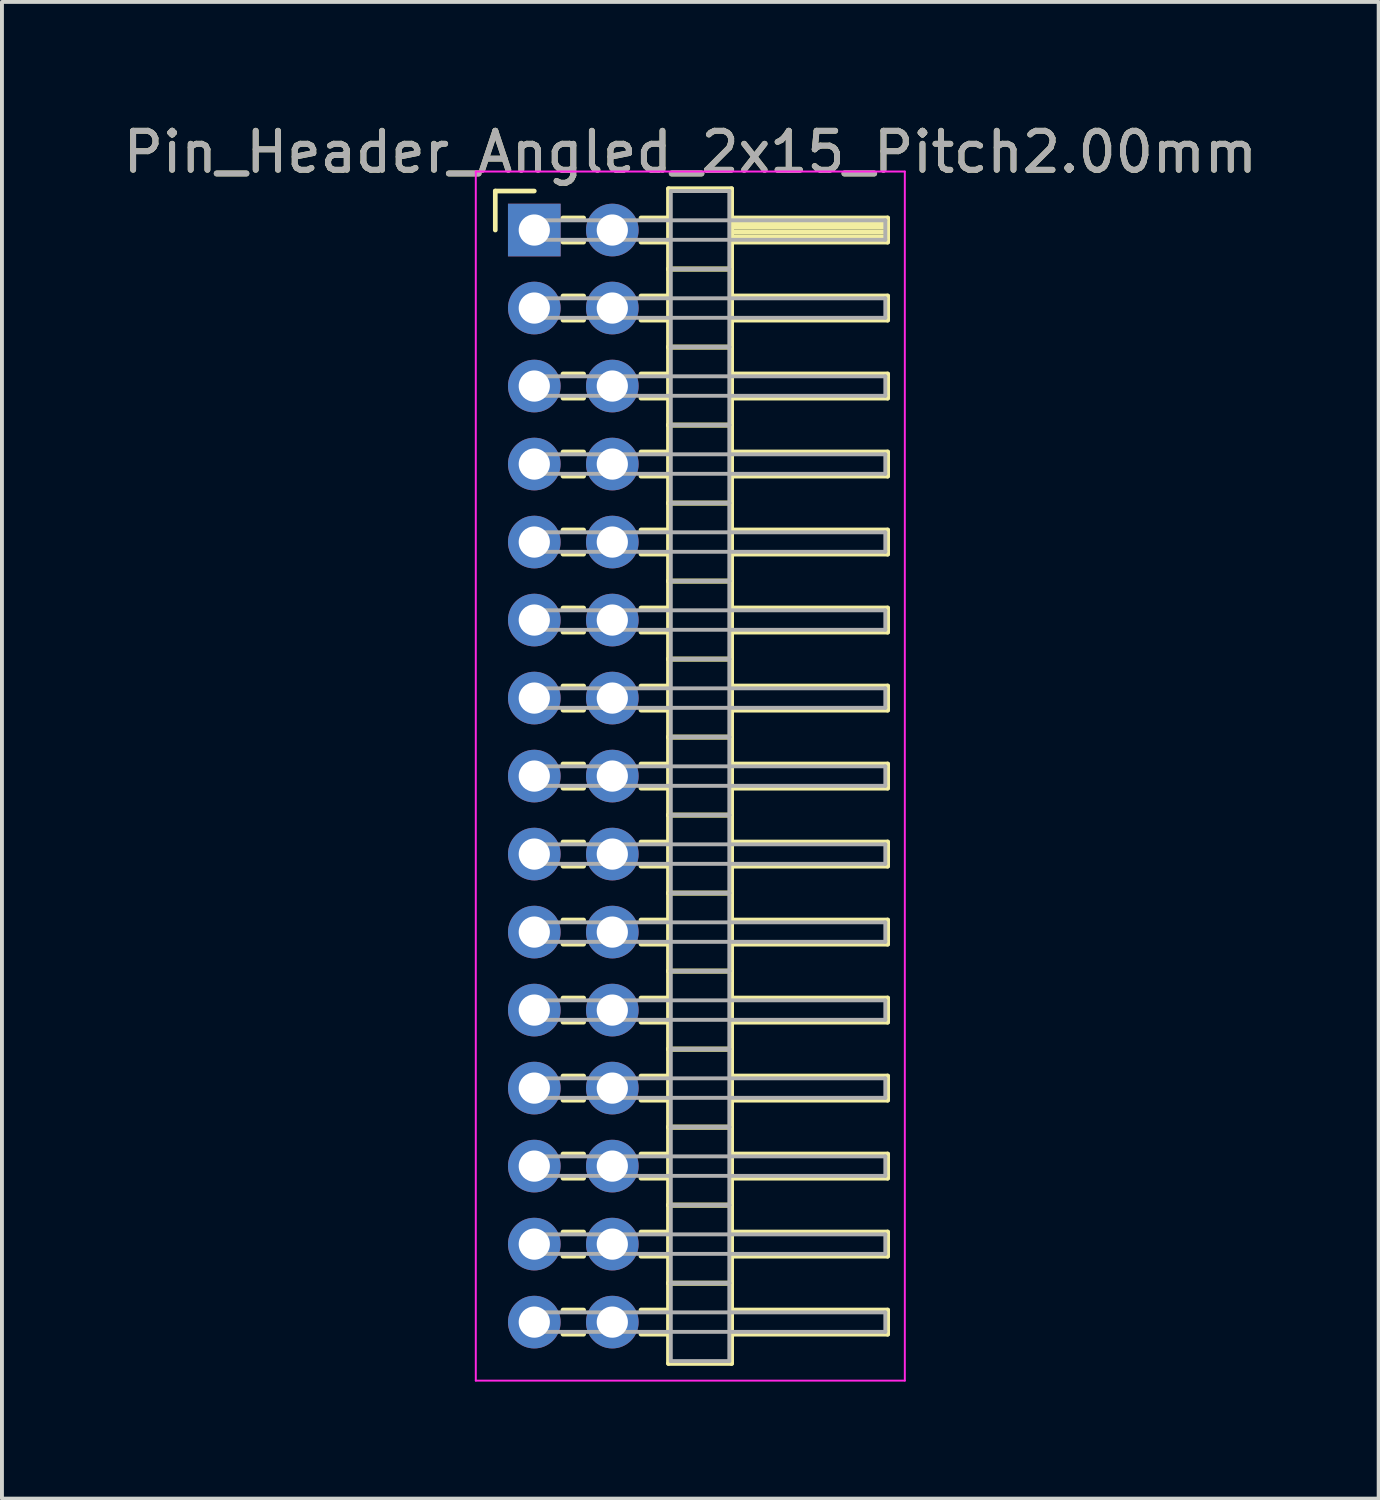
<source format=kicad_pcb>
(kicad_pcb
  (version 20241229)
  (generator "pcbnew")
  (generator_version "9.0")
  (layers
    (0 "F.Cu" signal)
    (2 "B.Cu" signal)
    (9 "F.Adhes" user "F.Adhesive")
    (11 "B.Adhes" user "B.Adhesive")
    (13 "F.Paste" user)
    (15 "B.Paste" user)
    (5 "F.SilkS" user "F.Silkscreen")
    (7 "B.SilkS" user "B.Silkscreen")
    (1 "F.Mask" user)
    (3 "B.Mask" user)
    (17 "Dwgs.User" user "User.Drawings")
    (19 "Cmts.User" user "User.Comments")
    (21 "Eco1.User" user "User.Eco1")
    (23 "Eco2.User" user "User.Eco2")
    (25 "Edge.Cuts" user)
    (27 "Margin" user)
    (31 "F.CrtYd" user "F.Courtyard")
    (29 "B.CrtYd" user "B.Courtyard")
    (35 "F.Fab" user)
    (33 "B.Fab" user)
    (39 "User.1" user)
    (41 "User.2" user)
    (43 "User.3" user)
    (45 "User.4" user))
  (footprint "Pin_Header_Angled_2x15_Pitch2.00mm"
    (layer "F.Cu")
    (at 10.649 2.848)
    (property "Reference" "Pin_Header_Angled_2x15_Pitch2.00mm" (at 4 -2 0) (layer "F.SilkS") (effects (font (size 1 1) (thickness 0.15))))
    (attr through_hole)
    (fp_line (start -1 -1) (end 0 -1) (stroke (width 0.12) (type solid)) (layer "F.SilkS"))
    (fp_line (start -1 0) (end -1 -1) (stroke (width 0.12) (type solid)) (layer "F.SilkS"))
    (fp_line (start 0.735 -0.31) (end 1.265 -0.31) (stroke (width 0.12) (type solid)) (layer "F.SilkS"))
    (fp_line (start 0.735 0.31) (end 1.265 0.31) (stroke (width 0.12) (type solid)) (layer "F.SilkS"))
    (fp_line (start 0.735 1.69) (end 1.265 1.69) (stroke (width 0.12) (type solid)) (layer "F.SilkS"))
    (fp_line (start 0.735 2.31) (end 1.265 2.31) (stroke (width 0.12) (type solid)) (layer "F.SilkS"))
    (fp_line (start 0.735 3.69) (end 1.265 3.69) (stroke (width 0.12) (type solid)) (layer "F.SilkS"))
    (fp_line (start 0.735 4.31) (end 1.265 4.31) (stroke (width 0.12) (type solid)) (layer "F.SilkS"))
    (fp_line (start 0.735 5.69) (end 1.265 5.69) (stroke (width 0.12) (type solid)) (layer "F.SilkS"))
    (fp_line (start 0.735 6.31) (end 1.265 6.31) (stroke (width 0.12) (type solid)) (layer "F.SilkS"))
    (fp_line (start 0.735 7.69) (end 1.265 7.69) (stroke (width 0.12) (type solid)) (layer "F.SilkS"))
    (fp_line (start 0.735 8.31) (end 1.265 8.31) (stroke (width 0.12) (type solid)) (layer "F.SilkS"))
    (fp_line (start 0.735 9.69) (end 1.265 9.69) (stroke (width 0.12) (type solid)) (layer "F.SilkS"))
    (fp_line (start 0.735 10.31) (end 1.265 10.31) (stroke (width 0.12) (type solid)) (layer "F.SilkS"))
    (fp_line (start 0.735 11.69) (end 1.265 11.69) (stroke (width 0.12) (type solid)) (layer "F.SilkS"))
    (fp_line (start 0.735 12.31) (end 1.265 12.31) (stroke (width 0.12) (type solid)) (layer "F.SilkS"))
    (fp_line (start 0.735 13.69) (end 1.265 13.69) (stroke (width 0.12) (type solid)) (layer "F.SilkS"))
    (fp_line (start 0.735 14.31) (end 1.265 14.31) (stroke (width 0.12) (type solid)) (layer "F.SilkS"))
    (fp_line (start 0.735 15.69) (end 1.265 15.69) (stroke (width 0.12) (type solid)) (layer "F.SilkS"))
    (fp_line (start 0.735 16.31) (end 1.265 16.31) (stroke (width 0.12) (type solid)) (layer "F.SilkS"))
    (fp_line (start 0.735 17.69) (end 1.265 17.69) (stroke (width 0.12) (type solid)) (layer "F.SilkS"))
    (fp_line (start 0.735 18.31) (end 1.265 18.31) (stroke (width 0.12) (type solid)) (layer "F.SilkS"))
    (fp_line (start 0.735 19.69) (end 1.265 19.69) (stroke (width 0.12) (type solid)) (layer "F.SilkS"))
    (fp_line (start 0.735 20.31) (end 1.265 20.31) (stroke (width 0.12) (type solid)) (layer "F.SilkS"))
    (fp_line (start 0.735 21.69) (end 1.265 21.69) (stroke (width 0.12) (type solid)) (layer "F.SilkS"))
    (fp_line (start 0.735 22.31) (end 1.265 22.31) (stroke (width 0.12) (type solid)) (layer "F.SilkS"))
    (fp_line (start 0.735 23.69) (end 1.265 23.69) (stroke (width 0.12) (type solid)) (layer "F.SilkS"))
    (fp_line (start 0.735 24.31) (end 1.265 24.31) (stroke (width 0.12) (type solid)) (layer "F.SilkS"))
    (fp_line (start 0.735 25.69) (end 1.265 25.69) (stroke (width 0.12) (type solid)) (layer "F.SilkS"))
    (fp_line (start 0.735 26.31) (end 1.265 26.31) (stroke (width 0.12) (type solid)) (layer "F.SilkS"))
    (fp_line (start 0.735 27.69) (end 1.265 27.69) (stroke (width 0.12) (type solid)) (layer "F.SilkS"))
    (fp_line (start 0.735 28.31) (end 1.265 28.31) (stroke (width 0.12) (type solid)) (layer "F.SilkS"))
    (fp_line (start 2.735 -0.31) (end 3.44 -0.31) (stroke (width 0.12) (type solid)) (layer "F.SilkS"))
    (fp_line (start 2.735 0.31) (end 3.44 0.31) (stroke (width 0.12) (type solid)) (layer "F.SilkS"))
    (fp_line (start 2.735 1.69) (end 3.44 1.69) (stroke (width 0.12) (type solid)) (layer "F.SilkS"))
    (fp_line (start 2.735 2.31) (end 3.44 2.31) (stroke (width 0.12) (type solid)) (layer "F.SilkS"))
    (fp_line (start 2.735 3.69) (end 3.44 3.69) (stroke (width 0.12) (type solid)) (layer "F.SilkS"))
    (fp_line (start 2.735 4.31) (end 3.44 4.31) (stroke (width 0.12) (type solid)) (layer "F.SilkS"))
    (fp_line (start 2.735 5.69) (end 3.44 5.69) (stroke (width 0.12) (type solid)) (layer "F.SilkS"))
    (fp_line (start 2.735 6.31) (end 3.44 6.31) (stroke (width 0.12) (type solid)) (layer "F.SilkS"))
    (fp_line (start 2.735 7.69) (end 3.44 7.69) (stroke (width 0.12) (type solid)) (layer "F.SilkS"))
    (fp_line (start 2.735 8.31) (end 3.44 8.31) (stroke (width 0.12) (type solid)) (layer "F.SilkS"))
    (fp_line (start 2.735 9.69) (end 3.44 9.69) (stroke (width 0.12) (type solid)) (layer "F.SilkS"))
    (fp_line (start 2.735 10.31) (end 3.44 10.31) (stroke (width 0.12) (type solid)) (layer "F.SilkS"))
    (fp_line (start 2.735 11.69) (end 3.44 11.69) (stroke (width 0.12) (type solid)) (layer "F.SilkS"))
    (fp_line (start 2.735 12.31) (end 3.44 12.31) (stroke (width 0.12) (type solid)) (layer "F.SilkS"))
    (fp_line (start 2.735 13.69) (end 3.44 13.69) (stroke (width 0.12) (type solid)) (layer "F.SilkS"))
    (fp_line (start 2.735 14.31) (end 3.44 14.31) (stroke (width 0.12) (type solid)) (layer "F.SilkS"))
    (fp_line (start 2.735 15.69) (end 3.44 15.69) (stroke (width 0.12) (type solid)) (layer "F.SilkS"))
    (fp_line (start 2.735 16.31) (end 3.44 16.31) (stroke (width 0.12) (type solid)) (layer "F.SilkS"))
    (fp_line (start 2.735 17.69) (end 3.44 17.69) (stroke (width 0.12) (type solid)) (layer "F.SilkS"))
    (fp_line (start 2.735 18.31) (end 3.44 18.31) (stroke (width 0.12) (type solid)) (layer "F.SilkS"))
    (fp_line (start 2.735 19.69) (end 3.44 19.69) (stroke (width 0.12) (type solid)) (layer "F.SilkS"))
    (fp_line (start 2.735 20.31) (end 3.44 20.31) (stroke (width 0.12) (type solid)) (layer "F.SilkS"))
    (fp_line (start 2.735 21.69) (end 3.44 21.69) (stroke (width 0.12) (type solid)) (layer "F.SilkS"))
    (fp_line (start 2.735 22.31) (end 3.44 22.31) (stroke (width 0.12) (type solid)) (layer "F.SilkS"))
    (fp_line (start 2.735 23.69) (end 3.44 23.69) (stroke (width 0.12) (type solid)) (layer "F.SilkS"))
    (fp_line (start 2.735 24.31) (end 3.44 24.31) (stroke (width 0.12) (type solid)) (layer "F.SilkS"))
    (fp_line (start 2.735 25.69) (end 3.44 25.69) (stroke (width 0.12) (type solid)) (layer "F.SilkS"))
    (fp_line (start 2.735 26.31) (end 3.44 26.31) (stroke (width 0.12) (type solid)) (layer "F.SilkS"))
    (fp_line (start 2.735 27.69) (end 3.44 27.69) (stroke (width 0.12) (type solid)) (layer "F.SilkS"))
    (fp_line (start 2.735 28.31) (end 3.44 28.31) (stroke (width 0.12) (type solid)) (layer "F.SilkS"))
    (fp_line (start 3.44 -1.06) (end 3.44 1) (stroke (width 0.12) (type solid)) (layer "F.SilkS"))
    (fp_line (start 3.44 1) (end 3.44 3) (stroke (width 0.12) (type solid)) (layer "F.SilkS"))
    (fp_line (start 3.44 1) (end 5.06 1) (stroke (width 0.12) (type solid)) (layer "F.SilkS"))
    (fp_line (start 3.44 3) (end 3.44 5) (stroke (width 0.12) (type solid)) (layer "F.SilkS"))
    (fp_line (start 3.44 3) (end 5.06 3) (stroke (width 0.12) (type solid)) (layer "F.SilkS"))
    (fp_line (start 3.44 5) (end 3.44 7) (stroke (width 0.12) (type solid)) (layer "F.SilkS"))
    (fp_line (start 3.44 5) (end 5.06 5) (stroke (width 0.12) (type solid)) (layer "F.SilkS"))
    (fp_line (start 3.44 7) (end 3.44 9) (stroke (width 0.12) (type solid)) (layer "F.SilkS"))
    (fp_line (start 3.44 7) (end 5.06 7) (stroke (width 0.12) (type solid)) (layer "F.SilkS"))
    (fp_line (start 3.44 9) (end 3.44 11) (stroke (width 0.12) (type solid)) (layer "F.SilkS"))
    (fp_line (start 3.44 9) (end 5.06 9) (stroke (width 0.12) (type solid)) (layer "F.SilkS"))
    (fp_line (start 3.44 11) (end 3.44 13) (stroke (width 0.12) (type solid)) (layer "F.SilkS"))
    (fp_line (start 3.44 11) (end 5.06 11) (stroke (width 0.12) (type solid)) (layer "F.SilkS"))
    (fp_line (start 3.44 13) (end 3.44 15) (stroke (width 0.12) (type solid)) (layer "F.SilkS"))
    (fp_line (start 3.44 13) (end 5.06 13) (stroke (width 0.12) (type solid)) (layer "F.SilkS"))
    (fp_line (start 3.44 15) (end 3.44 17) (stroke (width 0.12) (type solid)) (layer "F.SilkS"))
    (fp_line (start 3.44 15) (end 5.06 15) (stroke (width 0.12) (type solid)) (layer "F.SilkS"))
    (fp_line (start 3.44 17) (end 3.44 19) (stroke (width 0.12) (type solid)) (layer "F.SilkS"))
    (fp_line (start 3.44 17) (end 5.06 17) (stroke (width 0.12) (type solid)) (layer "F.SilkS"))
    (fp_line (start 3.44 19) (end 3.44 21) (stroke (width 0.12) (type solid)) (layer "F.SilkS"))
    (fp_line (start 3.44 19) (end 5.06 19) (stroke (width 0.12) (type solid)) (layer "F.SilkS"))
    (fp_line (start 3.44 21) (end 3.44 23) (stroke (width 0.12) (type solid)) (layer "F.SilkS"))
    (fp_line (start 3.44 21) (end 5.06 21) (stroke (width 0.12) (type solid)) (layer "F.SilkS"))
    (fp_line (start 3.44 23) (end 3.44 25) (stroke (width 0.12) (type solid)) (layer "F.SilkS"))
    (fp_line (start 3.44 23) (end 5.06 23) (stroke (width 0.12) (type solid)) (layer "F.SilkS"))
    (fp_line (start 3.44 25) (end 3.44 27) (stroke (width 0.12) (type solid)) (layer "F.SilkS"))
    (fp_line (start 3.44 25) (end 5.06 25) (stroke (width 0.12) (type solid)) (layer "F.SilkS"))
    (fp_line (start 3.44 27) (end 3.44 29.06) (stroke (width 0.12) (type solid)) (layer "F.SilkS"))
    (fp_line (start 3.44 27) (end 5.06 27) (stroke (width 0.12) (type solid)) (layer "F.SilkS"))
    (fp_line (start 3.44 29.06) (end 5.06 29.06) (stroke (width 0.12) (type solid)) (layer "F.SilkS"))
    (fp_line (start 5.06 -1.06) (end 3.44 -1.06) (stroke (width 0.12) (type solid)) (layer "F.SilkS"))
    (fp_line (start 5.06 -0.31) (end 5.06 0.31) (stroke (width 0.12) (type solid)) (layer "F.SilkS"))
    (fp_line (start 5.06 -0.19) (end 9.06 -0.19) (stroke (width 0.12) (type solid)) (layer "F.SilkS"))
    (fp_line (start 5.06 -0.07) (end 9.06 -0.07) (stroke (width 0.12) (type solid)) (layer "F.SilkS"))
    (fp_line (start 5.06 0.05) (end 9.06 0.05) (stroke (width 0.12) (type solid)) (layer "F.SilkS"))
    (fp_line (start 5.06 0.17) (end 9.06 0.17) (stroke (width 0.12) (type solid)) (layer "F.SilkS"))
    (fp_line (start 5.06 0.29) (end 9.06 0.29) (stroke (width 0.12) (type solid)) (layer "F.SilkS"))
    (fp_line (start 5.06 0.31) (end 9.06 0.31) (stroke (width 0.12) (type solid)) (layer "F.SilkS"))
    (fp_line (start 5.06 1) (end 3.44 1) (stroke (width 0.12) (type solid)) (layer "F.SilkS"))
    (fp_line (start 5.06 1) (end 5.06 -1.06) (stroke (width 0.12) (type solid)) (layer "F.SilkS"))
    (fp_line (start 5.06 1.69) (end 5.06 2.31) (stroke (width 0.12) (type solid)) (layer "F.SilkS"))
    (fp_line (start 5.06 2.31) (end 9.06 2.31) (stroke (width 0.12) (type solid)) (layer "F.SilkS"))
    (fp_line (start 5.06 3) (end 3.44 3) (stroke (width 0.12) (type solid)) (layer "F.SilkS"))
    (fp_line (start 5.06 3) (end 5.06 1) (stroke (width 0.12) (type solid)) (layer "F.SilkS"))
    (fp_line (start 5.06 3.69) (end 5.06 4.31) (stroke (width 0.12) (type solid)) (layer "F.SilkS"))
    (fp_line (start 5.06 4.31) (end 9.06 4.31) (stroke (width 0.12) (type solid)) (layer "F.SilkS"))
    (fp_line (start 5.06 5) (end 3.44 5) (stroke (width 0.12) (type solid)) (layer "F.SilkS"))
    (fp_line (start 5.06 5) (end 5.06 3) (stroke (width 0.12) (type solid)) (layer "F.SilkS"))
    (fp_line (start 5.06 5.69) (end 5.06 6.31) (stroke (width 0.12) (type solid)) (layer "F.SilkS"))
    (fp_line (start 5.06 6.31) (end 9.06 6.31) (stroke (width 0.12) (type solid)) (layer "F.SilkS"))
    (fp_line (start 5.06 7) (end 3.44 7) (stroke (width 0.12) (type solid)) (layer "F.SilkS"))
    (fp_line (start 5.06 7) (end 5.06 5) (stroke (width 0.12) (type solid)) (layer "F.SilkS"))
    (fp_line (start 5.06 7.69) (end 5.06 8.31) (stroke (width 0.12) (type solid)) (layer "F.SilkS"))
    (fp_line (start 5.06 8.31) (end 9.06 8.31) (stroke (width 0.12) (type solid)) (layer "F.SilkS"))
    (fp_line (start 5.06 9) (end 3.44 9) (stroke (width 0.12) (type solid)) (layer "F.SilkS"))
    (fp_line (start 5.06 9) (end 5.06 7) (stroke (width 0.12) (type solid)) (layer "F.SilkS"))
    (fp_line (start 5.06 9.69) (end 5.06 10.31) (stroke (width 0.12) (type solid)) (layer "F.SilkS"))
    (fp_line (start 5.06 10.31) (end 9.06 10.31) (stroke (width 0.12) (type solid)) (layer "F.SilkS"))
    (fp_line (start 5.06 11) (end 3.44 11) (stroke (width 0.12) (type solid)) (layer "F.SilkS"))
    (fp_line (start 5.06 11) (end 5.06 9) (stroke (width 0.12) (type solid)) (layer "F.SilkS"))
    (fp_line (start 5.06 11.69) (end 5.06 12.31) (stroke (width 0.12) (type solid)) (layer "F.SilkS"))
    (fp_line (start 5.06 12.31) (end 9.06 12.31) (stroke (width 0.12) (type solid)) (layer "F.SilkS"))
    (fp_line (start 5.06 13) (end 3.44 13) (stroke (width 0.12) (type solid)) (layer "F.SilkS"))
    (fp_line (start 5.06 13) (end 5.06 11) (stroke (width 0.12) (type solid)) (layer "F.SilkS"))
    (fp_line (start 5.06 13.69) (end 5.06 14.31) (stroke (width 0.12) (type solid)) (layer "F.SilkS"))
    (fp_line (start 5.06 14.31) (end 9.06 14.31) (stroke (width 0.12) (type solid)) (layer "F.SilkS"))
    (fp_line (start 5.06 15) (end 3.44 15) (stroke (width 0.12) (type solid)) (layer "F.SilkS"))
    (fp_line (start 5.06 15) (end 5.06 13) (stroke (width 0.12) (type solid)) (layer "F.SilkS"))
    (fp_line (start 5.06 15.69) (end 5.06 16.31) (stroke (width 0.12) (type solid)) (layer "F.SilkS"))
    (fp_line (start 5.06 16.31) (end 9.06 16.31) (stroke (width 0.12) (type solid)) (layer "F.SilkS"))
    (fp_line (start 5.06 17) (end 3.44 17) (stroke (width 0.12) (type solid)) (layer "F.SilkS"))
    (fp_line (start 5.06 17) (end 5.06 15) (stroke (width 0.12) (type solid)) (layer "F.SilkS"))
    (fp_line (start 5.06 17.69) (end 5.06 18.31) (stroke (width 0.12) (type solid)) (layer "F.SilkS"))
    (fp_line (start 5.06 18.31) (end 9.06 18.31) (stroke (width 0.12) (type solid)) (layer "F.SilkS"))
    (fp_line (start 5.06 19) (end 3.44 19) (stroke (width 0.12) (type solid)) (layer "F.SilkS"))
    (fp_line (start 5.06 19) (end 5.06 17) (stroke (width 0.12) (type solid)) (layer "F.SilkS"))
    (fp_line (start 5.06 19.69) (end 5.06 20.31) (stroke (width 0.12) (type solid)) (layer "F.SilkS"))
    (fp_line (start 5.06 20.31) (end 9.06 20.31) (stroke (width 0.12) (type solid)) (layer "F.SilkS"))
    (fp_line (start 5.06 21) (end 3.44 21) (stroke (width 0.12) (type solid)) (layer "F.SilkS"))
    (fp_line (start 5.06 21) (end 5.06 19) (stroke (width 0.12) (type solid)) (layer "F.SilkS"))
    (fp_line (start 5.06 21.69) (end 5.06 22.31) (stroke (width 0.12) (type solid)) (layer "F.SilkS"))
    (fp_line (start 5.06 22.31) (end 9.06 22.31) (stroke (width 0.12) (type solid)) (layer "F.SilkS"))
    (fp_line (start 5.06 23) (end 3.44 23) (stroke (width 0.12) (type solid)) (layer "F.SilkS"))
    (fp_line (start 5.06 23) (end 5.06 21) (stroke (width 0.12) (type solid)) (layer "F.SilkS"))
    (fp_line (start 5.06 23.69) (end 5.06 24.31) (stroke (width 0.12) (type solid)) (layer "F.SilkS"))
    (fp_line (start 5.06 24.31) (end 9.06 24.31) (stroke (width 0.12) (type solid)) (layer "F.SilkS"))
    (fp_line (start 5.06 25) (end 3.44 25) (stroke (width 0.12) (type solid)) (layer "F.SilkS"))
    (fp_line (start 5.06 25) (end 5.06 23) (stroke (width 0.12) (type solid)) (layer "F.SilkS"))
    (fp_line (start 5.06 25.69) (end 5.06 26.31) (stroke (width 0.12) (type solid)) (layer "F.SilkS"))
    (fp_line (start 5.06 26.31) (end 9.06 26.31) (stroke (width 0.12) (type solid)) (layer "F.SilkS"))
    (fp_line (start 5.06 27) (end 3.44 27) (stroke (width 0.12) (type solid)) (layer "F.SilkS"))
    (fp_line (start 5.06 27) (end 5.06 25) (stroke (width 0.12) (type solid)) (layer "F.SilkS"))
    (fp_line (start 5.06 27.69) (end 5.06 28.31) (stroke (width 0.12) (type solid)) (layer "F.SilkS"))
    (fp_line (start 5.06 28.31) (end 9.06 28.31) (stroke (width 0.12) (type solid)) (layer "F.SilkS"))
    (fp_line (start 5.06 29.06) (end 5.06 27) (stroke (width 0.12) (type solid)) (layer "F.SilkS"))
    (fp_line (start 9.06 -0.31) (end 5.06 -0.31) (stroke (width 0.12) (type solid)) (layer "F.SilkS"))
    (fp_line (start 9.06 0.31) (end 9.06 -0.31) (stroke (width 0.12) (type solid)) (layer "F.SilkS"))
    (fp_line (start 9.06 1.69) (end 5.06 1.69) (stroke (width 0.12) (type solid)) (layer "F.SilkS"))
    (fp_line (start 9.06 2.31) (end 9.06 1.69) (stroke (width 0.12) (type solid)) (layer "F.SilkS"))
    (fp_line (start 9.06 3.69) (end 5.06 3.69) (stroke (width 0.12) (type solid)) (layer "F.SilkS"))
    (fp_line (start 9.06 4.31) (end 9.06 3.69) (stroke (width 0.12) (type solid)) (layer "F.SilkS"))
    (fp_line (start 9.06 5.69) (end 5.06 5.69) (stroke (width 0.12) (type solid)) (layer "F.SilkS"))
    (fp_line (start 9.06 6.31) (end 9.06 5.69) (stroke (width 0.12) (type solid)) (layer "F.SilkS"))
    (fp_line (start 9.06 7.69) (end 5.06 7.69) (stroke (width 0.12) (type solid)) (layer "F.SilkS"))
    (fp_line (start 9.06 8.31) (end 9.06 7.69) (stroke (width 0.12) (type solid)) (layer "F.SilkS"))
    (fp_line (start 9.06 9.69) (end 5.06 9.69) (stroke (width 0.12) (type solid)) (layer "F.SilkS"))
    (fp_line (start 9.06 10.31) (end 9.06 9.69) (stroke (width 0.12) (type solid)) (layer "F.SilkS"))
    (fp_line (start 9.06 11.69) (end 5.06 11.69) (stroke (width 0.12) (type solid)) (layer "F.SilkS"))
    (fp_line (start 9.06 12.31) (end 9.06 11.69) (stroke (width 0.12) (type solid)) (layer "F.SilkS"))
    (fp_line (start 9.06 13.69) (end 5.06 13.69) (stroke (width 0.12) (type solid)) (layer "F.SilkS"))
    (fp_line (start 9.06 14.31) (end 9.06 13.69) (stroke (width 0.12) (type solid)) (layer "F.SilkS"))
    (fp_line (start 9.06 15.69) (end 5.06 15.69) (stroke (width 0.12) (type solid)) (layer "F.SilkS"))
    (fp_line (start 9.06 16.31) (end 9.06 15.69) (stroke (width 0.12) (type solid)) (layer "F.SilkS"))
    (fp_line (start 9.06 17.69) (end 5.06 17.69) (stroke (width 0.12) (type solid)) (layer "F.SilkS"))
    (fp_line (start 9.06 18.31) (end 9.06 17.69) (stroke (width 0.12) (type solid)) (layer "F.SilkS"))
    (fp_line (start 9.06 19.69) (end 5.06 19.69) (stroke (width 0.12) (type solid)) (layer "F.SilkS"))
    (fp_line (start 9.06 20.31) (end 9.06 19.69) (stroke (width 0.12) (type solid)) (layer "F.SilkS"))
    (fp_line (start 9.06 21.69) (end 5.06 21.69) (stroke (width 0.12) (type solid)) (layer "F.SilkS"))
    (fp_line (start 9.06 22.31) (end 9.06 21.69) (stroke (width 0.12) (type solid)) (layer "F.SilkS"))
    (fp_line (start 9.06 23.69) (end 5.06 23.69) (stroke (width 0.12) (type solid)) (layer "F.SilkS"))
    (fp_line (start 9.06 24.31) (end 9.06 23.69) (stroke (width 0.12) (type solid)) (layer "F.SilkS"))
    (fp_line (start 9.06 25.69) (end 5.06 25.69) (stroke (width 0.12) (type solid)) (layer "F.SilkS"))
    (fp_line (start 9.06 26.31) (end 9.06 25.69) (stroke (width 0.12) (type solid)) (layer "F.SilkS"))
    (fp_line (start 9.06 27.69) (end 5.06 27.69) (stroke (width 0.12) (type solid)) (layer "F.SilkS"))
    (fp_line (start 9.06 28.31) (end 9.06 27.69) (stroke (width 0.12) (type solid)) (layer "F.SilkS"))
    (fp_line (start -1.5 -1.5) (end -1.5 29.5) (stroke (width 0.05) (type solid)) (layer "F.CrtYd"))
    (fp_line (start -1.5 29.5) (end 9.5 29.5) (stroke (width 0.05) (type solid)) (layer "F.CrtYd"))
    (fp_line (start 9.5 -1.5) (end -1.5 -1.5) (stroke (width 0.05) (type solid)) (layer "F.CrtYd"))
    (fp_line (start 9.5 29.5) (end 9.5 -1.5) (stroke (width 0.05) (type solid)) (layer "F.CrtYd"))
    (fp_line (start 0 -0.25) (end 0 0.25) (stroke (width 0.1) (type solid)) (layer "F.Fab"))
    (fp_line (start 0 0.25) (end 9 0.25) (stroke (width 0.1) (type solid)) (layer "F.Fab"))
    (fp_line (start 0 1.75) (end 0 2.25) (stroke (width 0.1) (type solid)) (layer "F.Fab"))
    (fp_line (start 0 2.25) (end 9 2.25) (stroke (width 0.1) (type solid)) (layer "F.Fab"))
    (fp_line (start 0 3.75) (end 0 4.25) (stroke (width 0.1) (type solid)) (layer "F.Fab"))
    (fp_line (start 0 4.25) (end 9 4.25) (stroke (width 0.1) (type solid)) (layer "F.Fab"))
    (fp_line (start 0 5.75) (end 0 6.25) (stroke (width 0.1) (type solid)) (layer "F.Fab"))
    (fp_line (start 0 6.25) (end 9 6.25) (stroke (width 0.1) (type solid)) (layer "F.Fab"))
    (fp_line (start 0 7.75) (end 0 8.25) (stroke (width 0.1) (type solid)) (layer "F.Fab"))
    (fp_line (start 0 8.25) (end 9 8.25) (stroke (width 0.1) (type solid)) (layer "F.Fab"))
    (fp_line (start 0 9.75) (end 0 10.25) (stroke (width 0.1) (type solid)) (layer "F.Fab"))
    (fp_line (start 0 10.25) (end 9 10.25) (stroke (width 0.1) (type solid)) (layer "F.Fab"))
    (fp_line (start 0 11.75) (end 0 12.25) (stroke (width 0.1) (type solid)) (layer "F.Fab"))
    (fp_line (start 0 12.25) (end 9 12.25) (stroke (width 0.1) (type solid)) (layer "F.Fab"))
    (fp_line (start 0 13.75) (end 0 14.25) (stroke (width 0.1) (type solid)) (layer "F.Fab"))
    (fp_line (start 0 14.25) (end 9 14.25) (stroke (width 0.1) (type solid)) (layer "F.Fab"))
    (fp_line (start 0 15.75) (end 0 16.25) (stroke (width 0.1) (type solid)) (layer "F.Fab"))
    (fp_line (start 0 16.25) (end 9 16.25) (stroke (width 0.1) (type solid)) (layer "F.Fab"))
    (fp_line (start 0 17.75) (end 0 18.25) (stroke (width 0.1) (type solid)) (layer "F.Fab"))
    (fp_line (start 0 18.25) (end 9 18.25) (stroke (width 0.1) (type solid)) (layer "F.Fab"))
    (fp_line (start 0 19.75) (end 0 20.25) (stroke (width 0.1) (type solid)) (layer "F.Fab"))
    (fp_line (start 0 20.25) (end 9 20.25) (stroke (width 0.1) (type solid)) (layer "F.Fab"))
    (fp_line (start 0 21.75) (end 0 22.25) (stroke (width 0.1) (type solid)) (layer "F.Fab"))
    (fp_line (start 0 22.25) (end 9 22.25) (stroke (width 0.1) (type solid)) (layer "F.Fab"))
    (fp_line (start 0 23.75) (end 0 24.25) (stroke (width 0.1) (type solid)) (layer "F.Fab"))
    (fp_line (start 0 24.25) (end 9 24.25) (stroke (width 0.1) (type solid)) (layer "F.Fab"))
    (fp_line (start 0 25.75) (end 0 26.25) (stroke (width 0.1) (type solid)) (layer "F.Fab"))
    (fp_line (start 0 26.25) (end 9 26.25) (stroke (width 0.1) (type solid)) (layer "F.Fab"))
    (fp_line (start 0 27.75) (end 0 28.25) (stroke (width 0.1) (type solid)) (layer "F.Fab"))
    (fp_line (start 0 28.25) (end 9 28.25) (stroke (width 0.1) (type solid)) (layer "F.Fab"))
    (fp_line (start 3.5 -1) (end 3.5 1) (stroke (width 0.1) (type solid)) (layer "F.Fab"))
    (fp_line (start 3.5 1) (end 3.5 3) (stroke (width 0.1) (type solid)) (layer "F.Fab"))
    (fp_line (start 3.5 1) (end 5 1) (stroke (width 0.1) (type solid)) (layer "F.Fab"))
    (fp_line (start 3.5 3) (end 3.5 5) (stroke (width 0.1) (type solid)) (layer "F.Fab"))
    (fp_line (start 3.5 3) (end 5 3) (stroke (width 0.1) (type solid)) (layer "F.Fab"))
    (fp_line (start 3.5 5) (end 3.5 7) (stroke (width 0.1) (type solid)) (layer "F.Fab"))
    (fp_line (start 3.5 5) (end 5 5) (stroke (width 0.1) (type solid)) (layer "F.Fab"))
    (fp_line (start 3.5 7) (end 3.5 9) (stroke (width 0.1) (type solid)) (layer "F.Fab"))
    (fp_line (start 3.5 7) (end 5 7) (stroke (width 0.1) (type solid)) (layer "F.Fab"))
    (fp_line (start 3.5 9) (end 3.5 11) (stroke (width 0.1) (type solid)) (layer "F.Fab"))
    (fp_line (start 3.5 9) (end 5 9) (stroke (width 0.1) (type solid)) (layer "F.Fab"))
    (fp_line (start 3.5 11) (end 3.5 13) (stroke (width 0.1) (type solid)) (layer "F.Fab"))
    (fp_line (start 3.5 11) (end 5 11) (stroke (width 0.1) (type solid)) (layer "F.Fab"))
    (fp_line (start 3.5 13) (end 3.5 15) (stroke (width 0.1) (type solid)) (layer "F.Fab"))
    (fp_line (start 3.5 13) (end 5 13) (stroke (width 0.1) (type solid)) (layer "F.Fab"))
    (fp_line (start 3.5 15) (end 3.5 17) (stroke (width 0.1) (type solid)) (layer "F.Fab"))
    (fp_line (start 3.5 15) (end 5 15) (stroke (width 0.1) (type solid)) (layer "F.Fab"))
    (fp_line (start 3.5 17) (end 3.5 19) (stroke (width 0.1) (type solid)) (layer "F.Fab"))
    (fp_line (start 3.5 17) (end 5 17) (stroke (width 0.1) (type solid)) (layer "F.Fab"))
    (fp_line (start 3.5 19) (end 3.5 21) (stroke (width 0.1) (type solid)) (layer "F.Fab"))
    (fp_line (start 3.5 19) (end 5 19) (stroke (width 0.1) (type solid)) (layer "F.Fab"))
    (fp_line (start 3.5 21) (end 3.5 23) (stroke (width 0.1) (type solid)) (layer "F.Fab"))
    (fp_line (start 3.5 21) (end 5 21) (stroke (width 0.1) (type solid)) (layer "F.Fab"))
    (fp_line (start 3.5 23) (end 3.5 25) (stroke (width 0.1) (type solid)) (layer "F.Fab"))
    (fp_line (start 3.5 23) (end 5 23) (stroke (width 0.1) (type solid)) (layer "F.Fab"))
    (fp_line (start 3.5 25) (end 3.5 27) (stroke (width 0.1) (type solid)) (layer "F.Fab"))
    (fp_line (start 3.5 25) (end 5 25) (stroke (width 0.1) (type solid)) (layer "F.Fab"))
    (fp_line (start 3.5 27) (end 3.5 29) (stroke (width 0.1) (type solid)) (layer "F.Fab"))
    (fp_line (start 3.5 27) (end 5 27) (stroke (width 0.1) (type solid)) (layer "F.Fab"))
    (fp_line (start 3.5 29) (end 5 29) (stroke (width 0.1) (type solid)) (layer "F.Fab"))
    (fp_line (start 5 -1) (end 3.5 -1) (stroke (width 0.1) (type solid)) (layer "F.Fab"))
    (fp_line (start 5 1) (end 3.5 1) (stroke (width 0.1) (type solid)) (layer "F.Fab"))
    (fp_line (start 5 1) (end 5 -1) (stroke (width 0.1) (type solid)) (layer "F.Fab"))
    (fp_line (start 5 3) (end 3.5 3) (stroke (width 0.1) (type solid)) (layer "F.Fab"))
    (fp_line (start 5 3) (end 5 1) (stroke (width 0.1) (type solid)) (layer "F.Fab"))
    (fp_line (start 5 5) (end 3.5 5) (stroke (width 0.1) (type solid)) (layer "F.Fab"))
    (fp_line (start 5 5) (end 5 3) (stroke (width 0.1) (type solid)) (layer "F.Fab"))
    (fp_line (start 5 7) (end 3.5 7) (stroke (width 0.1) (type solid)) (layer "F.Fab"))
    (fp_line (start 5 7) (end 5 5) (stroke (width 0.1) (type solid)) (layer "F.Fab"))
    (fp_line (start 5 9) (end 3.5 9) (stroke (width 0.1) (type solid)) (layer "F.Fab"))
    (fp_line (start 5 9) (end 5 7) (stroke (width 0.1) (type solid)) (layer "F.Fab"))
    (fp_line (start 5 11) (end 3.5 11) (stroke (width 0.1) (type solid)) (layer "F.Fab"))
    (fp_line (start 5 11) (end 5 9) (stroke (width 0.1) (type solid)) (layer "F.Fab"))
    (fp_line (start 5 13) (end 3.5 13) (stroke (width 0.1) (type solid)) (layer "F.Fab"))
    (fp_line (start 5 13) (end 5 11) (stroke (width 0.1) (type solid)) (layer "F.Fab"))
    (fp_line (start 5 15) (end 3.5 15) (stroke (width 0.1) (type solid)) (layer "F.Fab"))
    (fp_line (start 5 15) (end 5 13) (stroke (width 0.1) (type solid)) (layer "F.Fab"))
    (fp_line (start 5 17) (end 3.5 17) (stroke (width 0.1) (type solid)) (layer "F.Fab"))
    (fp_line (start 5 17) (end 5 15) (stroke (width 0.1) (type solid)) (layer "F.Fab"))
    (fp_line (start 5 19) (end 3.5 19) (stroke (width 0.1) (type solid)) (layer "F.Fab"))
    (fp_line (start 5 19) (end 5 17) (stroke (width 0.1) (type solid)) (layer "F.Fab"))
    (fp_line (start 5 21) (end 3.5 21) (stroke (width 0.1) (type solid)) (layer "F.Fab"))
    (fp_line (start 5 21) (end 5 19) (stroke (width 0.1) (type solid)) (layer "F.Fab"))
    (fp_line (start 5 23) (end 3.5 23) (stroke (width 0.1) (type solid)) (layer "F.Fab"))
    (fp_line (start 5 23) (end 5 21) (stroke (width 0.1) (type solid)) (layer "F.Fab"))
    (fp_line (start 5 25) (end 3.5 25) (stroke (width 0.1) (type solid)) (layer "F.Fab"))
    (fp_line (start 5 25) (end 5 23) (stroke (width 0.1) (type solid)) (layer "F.Fab"))
    (fp_line (start 5 27) (end 3.5 27) (stroke (width 0.1) (type solid)) (layer "F.Fab"))
    (fp_line (start 5 27) (end 5 25) (stroke (width 0.1) (type solid)) (layer "F.Fab"))
    (fp_line (start 5 29) (end 5 27) (stroke (width 0.1) (type solid)) (layer "F.Fab"))
    (fp_line (start 9 -0.25) (end 0 -0.25) (stroke (width 0.1) (type solid)) (layer "F.Fab"))
    (fp_line (start 9 0.25) (end 9 -0.25) (stroke (width 0.1) (type solid)) (layer "F.Fab"))
    (fp_line (start 9 1.75) (end 0 1.75) (stroke (width 0.1) (type solid)) (layer "F.Fab"))
    (fp_line (start 9 2.25) (end 9 1.75) (stroke (width 0.1) (type solid)) (layer "F.Fab"))
    (fp_line (start 9 3.75) (end 0 3.75) (stroke (width 0.1) (type solid)) (layer "F.Fab"))
    (fp_line (start 9 4.25) (end 9 3.75) (stroke (width 0.1) (type solid)) (layer "F.Fab"))
    (fp_line (start 9 5.75) (end 0 5.75) (stroke (width 0.1) (type solid)) (layer "F.Fab"))
    (fp_line (start 9 6.25) (end 9 5.75) (stroke (width 0.1) (type solid)) (layer "F.Fab"))
    (fp_line (start 9 7.75) (end 0 7.75) (stroke (width 0.1) (type solid)) (layer "F.Fab"))
    (fp_line (start 9 8.25) (end 9 7.75) (stroke (width 0.1) (type solid)) (layer "F.Fab"))
    (fp_line (start 9 9.75) (end 0 9.75) (stroke (width 0.1) (type solid)) (layer "F.Fab"))
    (fp_line (start 9 10.25) (end 9 9.75) (stroke (width 0.1) (type solid)) (layer "F.Fab"))
    (fp_line (start 9 11.75) (end 0 11.75) (stroke (width 0.1) (type solid)) (layer "F.Fab"))
    (fp_line (start 9 12.25) (end 9 11.75) (stroke (width 0.1) (type solid)) (layer "F.Fab"))
    (fp_line (start 9 13.75) (end 0 13.75) (stroke (width 0.1) (type solid)) (layer "F.Fab"))
    (fp_line (start 9 14.25) (end 9 13.75) (stroke (width 0.1) (type solid)) (layer "F.Fab"))
    (fp_line (start 9 15.75) (end 0 15.75) (stroke (width 0.1) (type solid)) (layer "F.Fab"))
    (fp_line (start 9 16.25) (end 9 15.75) (stroke (width 0.1) (type solid)) (layer "F.Fab"))
    (fp_line (start 9 17.75) (end 0 17.75) (stroke (width 0.1) (type solid)) (layer "F.Fab"))
    (fp_line (start 9 18.25) (end 9 17.75) (stroke (width 0.1) (type solid)) (layer "F.Fab"))
    (fp_line (start 9 19.75) (end 0 19.75) (stroke (width 0.1) (type solid)) (layer "F.Fab"))
    (fp_line (start 9 20.25) (end 9 19.75) (stroke (width 0.1) (type solid)) (layer "F.Fab"))
    (fp_line (start 9 21.75) (end 0 21.75) (stroke (width 0.1) (type solid)) (layer "F.Fab"))
    (fp_line (start 9 22.25) (end 9 21.75) (stroke (width 0.1) (type solid)) (layer "F.Fab"))
    (fp_line (start 9 23.75) (end 0 23.75) (stroke (width 0.1) (type solid)) (layer "F.Fab"))
    (fp_line (start 9 24.25) (end 9 23.75) (stroke (width 0.1) (type solid)) (layer "F.Fab"))
    (fp_line (start 9 25.75) (end 0 25.75) (stroke (width 0.1) (type solid)) (layer "F.Fab"))
    (fp_line (start 9 26.25) (end 9 25.75) (stroke (width 0.1) (type solid)) (layer "F.Fab"))
    (fp_line (start 9 27.75) (end 0 27.75) (stroke (width 0.1) (type solid)) (layer "F.Fab"))
    (fp_line (start 9 28.25) (end 9 27.75) (stroke (width 0.1) (type solid)) (layer "F.Fab"))
    (fp_text user "${REFERENCE}" (at 4 -2 0) (layer "F.Fab") (effects (font (size 1 1) (thickness 0.15))))
    (pad "1" thru_hole rect (at 0 0) (size 1.35 1.35) (drill 0.8) (layers "*.Cu" "*.Mask"))
    (pad "2" thru_hole oval (at 2 0) (size 1.35 1.35) (drill 0.8) (layers "*.Cu" "*.Mask"))
    (pad "3" thru_hole oval (at 0 2) (size 1.35 1.35) (drill 0.8) (layers "*.Cu" "*.Mask"))
    (pad "4" thru_hole oval (at 2 2) (size 1.35 1.35) (drill 0.8) (layers "*.Cu" "*.Mask"))
    (pad "5" thru_hole oval (at 0 4) (size 1.35 1.35) (drill 0.8) (layers "*.Cu" "*.Mask"))
    (pad "6" thru_hole oval (at 2 4) (size 1.35 1.35) (drill 0.8) (layers "*.Cu" "*.Mask"))
    (pad "7" thru_hole oval (at 0 6) (size 1.35 1.35) (drill 0.8) (layers "*.Cu" "*.Mask"))
    (pad "8" thru_hole oval (at 2 6) (size 1.35 1.35) (drill 0.8) (layers "*.Cu" "*.Mask"))
    (pad "9" thru_hole oval (at 0 8) (size 1.35 1.35) (drill 0.8) (layers "*.Cu" "*.Mask"))
    (pad "10" thru_hole oval (at 2 8) (size 1.35 1.35) (drill 0.8) (layers "*.Cu" "*.Mask"))
    (pad "11" thru_hole oval (at 0 10) (size 1.35 1.35) (drill 0.8) (layers "*.Cu" "*.Mask"))
    (pad "12" thru_hole oval (at 2 10) (size 1.35 1.35) (drill 0.8) (layers "*.Cu" "*.Mask"))
    (pad "13" thru_hole oval (at 0 12) (size 1.35 1.35) (drill 0.8) (layers "*.Cu" "*.Mask"))
    (pad "14" thru_hole oval (at 2 12) (size 1.35 1.35) (drill 0.8) (layers "*.Cu" "*.Mask"))
    (pad "15" thru_hole oval (at 0 14) (size 1.35 1.35) (drill 0.8) (layers "*.Cu" "*.Mask"))
    (pad "16" thru_hole oval (at 2 14) (size 1.35 1.35) (drill 0.8) (layers "*.Cu" "*.Mask"))
    (pad "17" thru_hole oval (at 0 16) (size 1.35 1.35) (drill 0.8) (layers "*.Cu" "*.Mask"))
    (pad "18" thru_hole oval (at 2 16) (size 1.35 1.35) (drill 0.8) (layers "*.Cu" "*.Mask"))
    (pad "19" thru_hole oval (at 0 18) (size 1.35 1.35) (drill 0.8) (layers "*.Cu" "*.Mask"))
    (pad "20" thru_hole oval (at 2 18) (size 1.35 1.35) (drill 0.8) (layers "*.Cu" "*.Mask"))
    (pad "21" thru_hole oval (at 0 20) (size 1.35 1.35) (drill 0.8) (layers "*.Cu" "*.Mask"))
    (pad "22" thru_hole oval (at 2 20) (size 1.35 1.35) (drill 0.8) (layers "*.Cu" "*.Mask"))
    (pad "23" thru_hole oval (at 0 22) (size 1.35 1.35) (drill 0.8) (layers "*.Cu" "*.Mask"))
    (pad "24" thru_hole oval (at 2 22) (size 1.35 1.35) (drill 0.8) (layers "*.Cu" "*.Mask"))
    (pad "25" thru_hole oval (at 0 24) (size 1.35 1.35) (drill 0.8) (layers "*.Cu" "*.Mask"))
    (pad "26" thru_hole oval (at 2 24) (size 1.35 1.35) (drill 0.8) (layers "*.Cu" "*.Mask"))
    (pad "27" thru_hole oval (at 0 26) (size 1.35 1.35) (drill 0.8) (layers "*.Cu" "*.Mask"))
    (pad "28" thru_hole oval (at 2 26) (size 1.35 1.35) (drill 0.8) (layers "*.Cu" "*.Mask"))
    (pad "29" thru_hole oval (at 0 28) (size 1.35 1.35) (drill 0.8) (layers "*.Cu" "*.Mask"))
    (pad "30" thru_hole oval (at 2 28) (size 1.35 1.35) (drill 0.8) (layers "*.Cu" "*.Mask")))
  (gr_rect
    (start -3 -3)
    (end 32.298 35.373)
    (stroke (width 0.1) (type default))
    (fill no)
    (layer "Edge.Cuts")))
</source>
